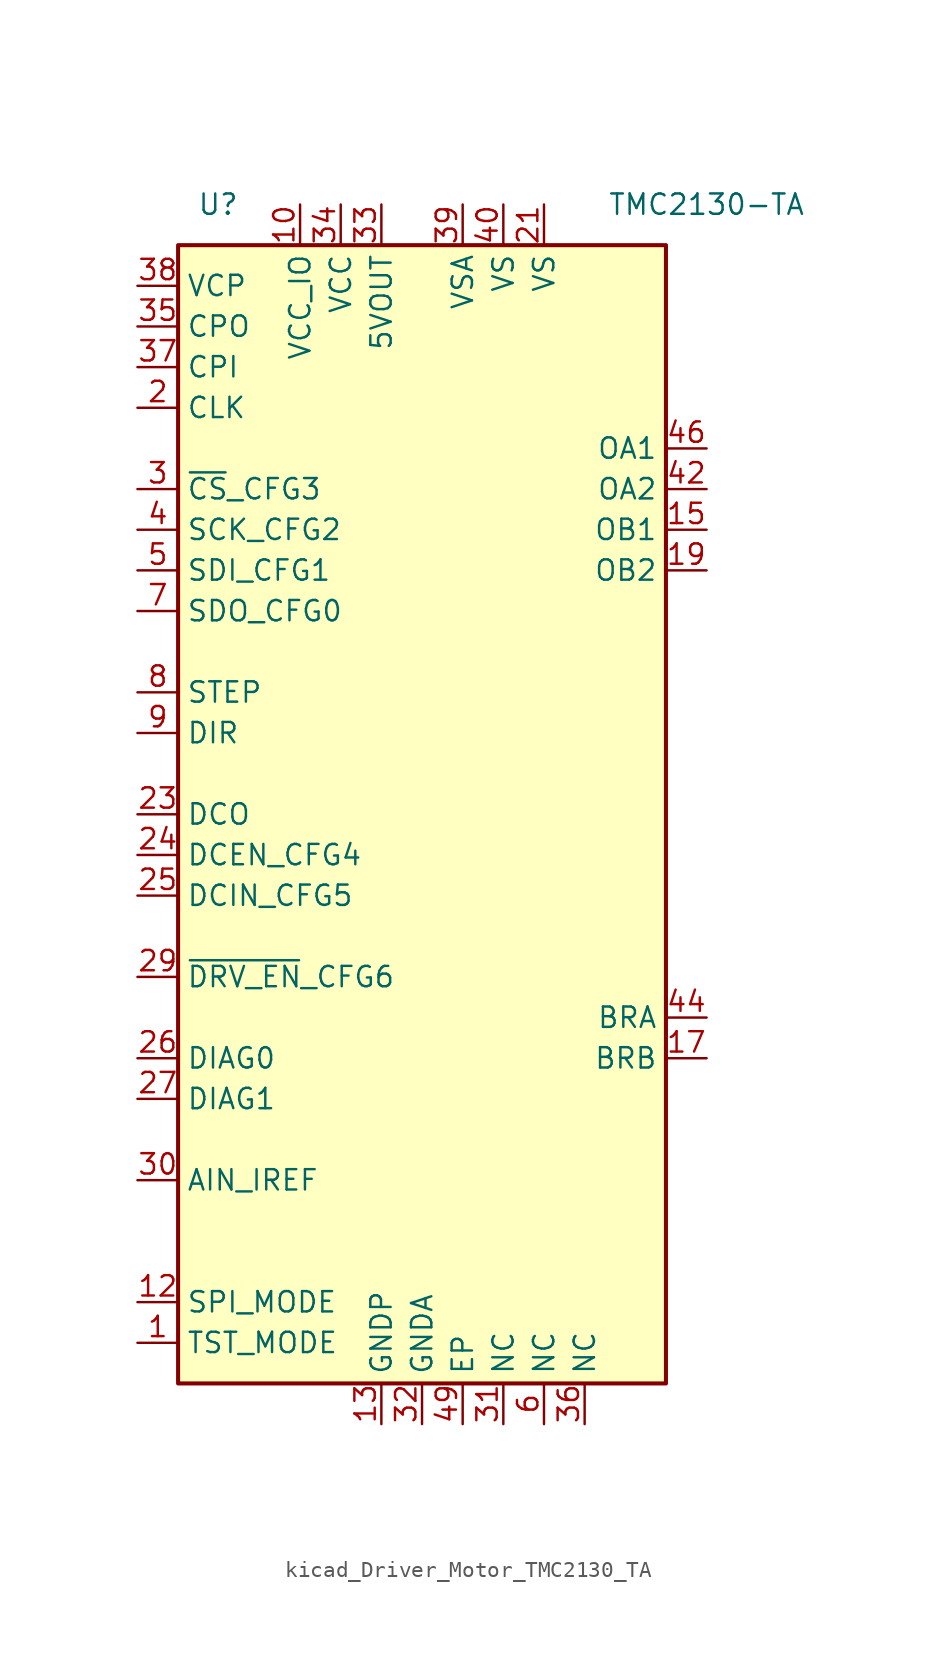
<source format=kicad_sym>
(kicad_symbol_lib
  (version 20220914)
  (generator kicad_symbol_editor)
  (symbol "kicad_Driver_Motor_TMC2130_TA"
    (property "Reference" "U"
      (at -11.43 38.1 0)
      (effects (font (size 1.27 1.27)) (justify right)))
    (property "Value" "TMC2130-TA"
      (at 17.78 38.1 0)
      (effects (font (size 1.27 1.27))))
    (symbol "kicad_Driver_Motor_TMC2130_TA_1_1"
      (rectangle (start -15.24 35.56) (end 15.24 -35.56) (stroke (width 0.254) (type default)) (fill (type background)))
      (pin input line (at -17.78 -33.02 0) (length 2.54) (name "TST_MODE" (effects (font (size 1.27 1.27)))) (number "1" (effects (font (size 1.27 1.27)))))
      (pin power_in line (at -7.62 38.1 270) (length 2.54) (name "VCC_IO" (effects (font (size 1.27 1.27)))) (number "10" (effects (font (size 1.27 1.27)))))
      (pin no_connect line (at -15.24 -27.94 0) (length 2.54) hide (name "DNC" (effects (font (size 1.27 1.27)))) (number "11" (effects (font (size 1.27 1.27)))))
      (pin input line (at -17.78 -30.48 0) (length 2.54) (name "SPI_MODE" (effects (font (size 1.27 1.27)))) (number "12" (effects (font (size 1.27 1.27)))))
      (pin power_in line (at -2.54 -38.1 90) (length 2.54) (name "GNDP" (effects (font (size 1.27 1.27)))) (number "13" (effects (font (size 1.27 1.27)))))
      (pin no_connect line (at 15.24 12.7 180) (length 2.54) hide (name "DNC" (effects (font (size 1.27 1.27)))) (number "14" (effects (font (size 1.27 1.27)))))
      (pin output line (at 17.78 17.78 180) (length 2.54) (name "OB1" (effects (font (size 1.27 1.27)))) (number "15" (effects (font (size 1.27 1.27)))))
      (pin no_connect line (at 15.24 10.16 180) (length 2.54) hide (name "DNC" (effects (font (size 1.27 1.27)))) (number "16" (effects (font (size 1.27 1.27)))))
      (pin passive line (at 17.78 -15.24 180) (length 2.54) (name "BRB" (effects (font (size 1.27 1.27)))) (number "17" (effects (font (size 1.27 1.27)))))
      (pin no_connect line (at 15.24 7.62 180) (length 2.54) hide (name "DNC" (effects (font (size 1.27 1.27)))) (number "18" (effects (font (size 1.27 1.27)))))
      (pin output line (at 17.78 15.24 180) (length 2.54) (name "OB2" (effects (font (size 1.27 1.27)))) (number "19" (effects (font (size 1.27 1.27)))))
      (pin input line (at -17.78 25.4 0) (length 2.54) (name "CLK" (effects (font (size 1.27 1.27)))) (number "2" (effects (font (size 1.27 1.27)))))
      (pin no_connect line (at 15.24 5.08 180) (length 2.54) hide (name "DNC" (effects (font (size 1.27 1.27)))) (number "20" (effects (font (size 1.27 1.27)))))
      (pin power_in line (at 7.62 38.1 270) (length 2.54) (name "VS" (effects (font (size 1.27 1.27)))) (number "21" (effects (font (size 1.27 1.27)))))
      (pin no_connect line (at 15.24 2.54 180) (length 2.54) hide (name "DNC" (effects (font (size 1.27 1.27)))) (number "22" (effects (font (size 1.27 1.27)))))
      (pin output line (at -17.78 0 0) (length 2.54) (name "DCO" (effects (font (size 1.27 1.27)))) (number "23" (effects (font (size 1.27 1.27)))))
      (pin input line (at -17.78 -2.54 0) (length 2.54) (name "DCEN_CFG4" (effects (font (size 1.27 1.27)))) (number "24" (effects (font (size 1.27 1.27)))))
      (pin input line (at -17.78 -5.08 0) (length 2.54) (name "DCIN_CFG5" (effects (font (size 1.27 1.27)))) (number "25" (effects (font (size 1.27 1.27)))))
      (pin output line (at -17.78 -15.24 0) (length 2.54) (name "DIAG0" (effects (font (size 1.27 1.27)))) (number "26" (effects (font (size 1.27 1.27)))))
      (pin output line (at -17.78 -17.78 0) (length 2.54) (name "DIAG1" (effects (font (size 1.27 1.27)))) (number "27" (effects (font (size 1.27 1.27)))))
      (pin no_connect line (at -15.24 -20.32 0) (length 2.54) hide (name "DNC" (effects (font (size 1.27 1.27)))) (number "28" (effects (font (size 1.27 1.27)))))
      (pin input line (at -17.78 -10.16 0) (length 2.54) (name "~{DRV_EN}_CFG6" (effects (font (size 1.27 1.27)))) (number "29" (effects (font (size 1.27 1.27)))))
      (pin input line (at -17.78 20.32 0) (length 2.54) (name "~{CS}_CFG3" (effects (font (size 1.27 1.27)))) (number "3" (effects (font (size 1.27 1.27)))))
      (pin input line (at -17.78 -22.86 0) (length 2.54) (name "AIN_IREF" (effects (font (size 1.27 1.27)))) (number "30" (effects (font (size 1.27 1.27)))))
      (pin passive line (at 5.08 -38.1 90) (length 2.54) (name "NC" (effects (font (size 1.27 1.27)))) (number "31" (effects (font (size 1.27 1.27)))))
      (pin power_in line (at 0 -38.1 90) (length 2.54) (name "GNDA" (effects (font (size 1.27 1.27)))) (number "32" (effects (font (size 1.27 1.27)))))
      (pin power_out line (at -2.54 38.1 270) (length 2.54) (name "5VOUT" (effects (font (size 1.27 1.27)))) (number "33" (effects (font (size 1.27 1.27)))))
      (pin power_in line (at -5.08 38.1 270) (length 2.54) (name "VCC" (effects (font (size 1.27 1.27)))) (number "34" (effects (font (size 1.27 1.27)))))
      (pin passive line (at -17.78 30.48 0) (length 2.54) (name "CPO" (effects (font (size 1.27 1.27)))) (number "35" (effects (font (size 1.27 1.27)))))
      (pin passive line (at 10.16 -38.1 90) (length 2.54) (name "NC" (effects (font (size 1.27 1.27)))) (number "36" (effects (font (size 1.27 1.27)))))
      (pin passive line (at -17.78 27.94 0) (length 2.54) (name "CPI" (effects (font (size 1.27 1.27)))) (number "37" (effects (font (size 1.27 1.27)))))
      (pin passive line (at -17.78 33.02 0) (length 2.54) (name "VCP" (effects (font (size 1.27 1.27)))) (number "38" (effects (font (size 1.27 1.27)))))
      (pin power_in line (at 2.54 38.1 270) (length 2.54) (name "VSA" (effects (font (size 1.27 1.27)))) (number "39" (effects (font (size 1.27 1.27)))))
      (pin input line (at -17.78 17.78 0) (length 2.54) (name "SCK_CFG2" (effects (font (size 1.27 1.27)))) (number "4" (effects (font (size 1.27 1.27)))))
      (pin power_in line (at 5.08 38.1 270) (length 2.54) (name "VS" (effects (font (size 1.27 1.27)))) (number "40" (effects (font (size 1.27 1.27)))))
      (pin no_connect line (at 15.24 33.02 180) (length 2.54) hide (name "DNC" (effects (font (size 1.27 1.27)))) (number "41" (effects (font (size 1.27 1.27)))))
      (pin output line (at 17.78 20.32 180) (length 2.54) (name "OA2" (effects (font (size 1.27 1.27)))) (number "42" (effects (font (size 1.27 1.27)))))
      (pin no_connect line (at 15.24 30.48 180) (length 2.54) hide (name "DNC" (effects (font (size 1.27 1.27)))) (number "43" (effects (font (size 1.27 1.27)))))
      (pin passive line (at 17.78 -12.7 180) (length 2.54) (name "BRA" (effects (font (size 1.27 1.27)))) (number "44" (effects (font (size 1.27 1.27)))))
      (pin no_connect line (at 15.24 27.94 180) (length 2.54) hide (name "DNC" (effects (font (size 1.27 1.27)))) (number "45" (effects (font (size 1.27 1.27)))))
      (pin output line (at 17.78 22.86 180) (length 2.54) (name "OA1" (effects (font (size 1.27 1.27)))) (number "46" (effects (font (size 1.27 1.27)))))
      (pin no_connect line (at 15.24 25.4 180) (length 2.54) hide (name "DNC" (effects (font (size 1.27 1.27)))) (number "47" (effects (font (size 1.27 1.27)))))
      (pin passive line (at -2.54 -38.1 90) (length 2.54) hide (name "GNDP" (effects (font (size 1.27 1.27)))) (number "48" (effects (font (size 1.27 1.27)))))
      (pin power_in line (at 2.54 -38.1 90) (length 2.54) (name "EP" (effects (font (size 1.27 1.27)))) (number "49" (effects (font (size 1.27 1.27)))))
      (pin input line (at -17.78 15.24 0) (length 2.54) (name "SDI_CFG1" (effects (font (size 1.27 1.27)))) (number "5" (effects (font (size 1.27 1.27)))))
      (pin passive line (at 7.62 -38.1 90) (length 2.54) (name "NC" (effects (font (size 1.27 1.27)))) (number "6" (effects (font (size 1.27 1.27)))))
      (pin bidirectional line (at -17.78 12.7 0) (length 2.54) (name "SDO_CFG0" (effects (font (size 1.27 1.27)))) (number "7" (effects (font (size 1.27 1.27)))))
      (pin input line (at -17.78 7.62 0) (length 2.54) (name "STEP" (effects (font (size 1.27 1.27)))) (number "8" (effects (font (size 1.27 1.27)))))
      (pin input line (at -17.78 5.08 0) (length 2.54) (name "DIR" (effects (font (size 1.27 1.27)))) (number "9" (effects (font (size 1.27 1.27))))))))
</source>
